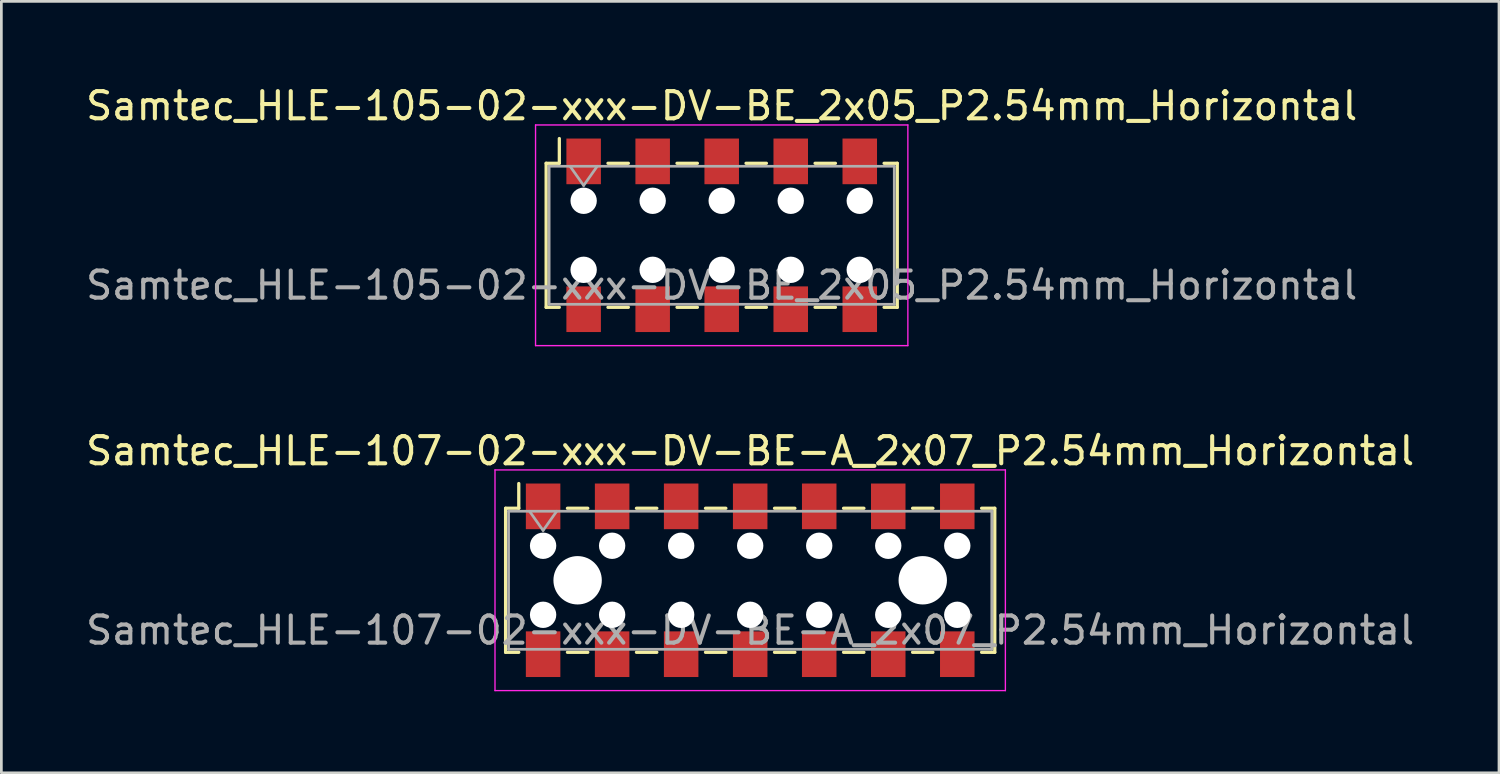
<source format=kicad_pcb>
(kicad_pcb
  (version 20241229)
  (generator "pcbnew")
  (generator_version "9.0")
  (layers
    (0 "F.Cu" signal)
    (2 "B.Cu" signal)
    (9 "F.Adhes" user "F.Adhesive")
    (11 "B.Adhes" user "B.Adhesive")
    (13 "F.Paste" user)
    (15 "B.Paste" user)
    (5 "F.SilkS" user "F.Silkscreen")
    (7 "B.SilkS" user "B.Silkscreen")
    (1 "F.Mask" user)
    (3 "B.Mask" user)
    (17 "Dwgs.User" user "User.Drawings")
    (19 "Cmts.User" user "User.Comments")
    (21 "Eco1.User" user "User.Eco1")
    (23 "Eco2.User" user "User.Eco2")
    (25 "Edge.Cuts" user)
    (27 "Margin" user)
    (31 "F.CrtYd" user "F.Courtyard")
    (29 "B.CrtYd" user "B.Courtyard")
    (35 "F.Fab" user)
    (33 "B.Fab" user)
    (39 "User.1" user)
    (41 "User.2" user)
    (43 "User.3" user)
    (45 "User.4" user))
  (footprint "Samtec_HLE-105-02-xxx-DV-BE_2x05_P2.54mm_Horizontal"
    (layer "F.Cu")
    (at 23.506 5.608)
    (property "Reference" "Samtec_HLE-105-02-xxx-DV-BE_2x05_P2.54mm_Horizontal" (at 0 -4.76 0) (layer "F.SilkS") (effects (font (size 1 1) (thickness 0.15))))
    (attr smd)
    (fp_line (start -6.46 -2.65) (end -6.46 2.65) (stroke (width 0.12) (type solid)) (layer "F.SilkS"))
    (fp_line (start -6.46 2.65) (end -5.975 2.65) (stroke (width 0.12) (type solid)) (layer "F.SilkS"))
    (fp_line (start -5.975 -3.56) (end -5.975 -2.65) (stroke (width 0.12) (type solid)) (layer "F.SilkS"))
    (fp_line (start -5.975 -2.65) (end -6.46 -2.65) (stroke (width 0.12) (type solid)) (layer "F.SilkS"))
    (fp_line (start -4.185 -2.65) (end -3.435 -2.65) (stroke (width 0.12) (type solid)) (layer "F.SilkS"))
    (fp_line (start -4.185 2.65) (end -3.435 2.65) (stroke (width 0.12) (type solid)) (layer "F.SilkS"))
    (fp_line (start -1.645 -2.65) (end -0.895 -2.65) (stroke (width 0.12) (type solid)) (layer "F.SilkS"))
    (fp_line (start -1.645 2.65) (end -0.895 2.65) (stroke (width 0.12) (type solid)) (layer "F.SilkS"))
    (fp_line (start 0.895 -2.65) (end 1.645 -2.65) (stroke (width 0.12) (type solid)) (layer "F.SilkS"))
    (fp_line (start 0.895 2.65) (end 1.645 2.65) (stroke (width 0.12) (type solid)) (layer "F.SilkS"))
    (fp_line (start 3.435 -2.65) (end 4.185 -2.65) (stroke (width 0.12) (type solid)) (layer "F.SilkS"))
    (fp_line (start 3.435 2.65) (end 4.185 2.65) (stroke (width 0.12) (type solid)) (layer "F.SilkS"))
    (fp_line (start 5.975 -2.65) (end 6.46 -2.65) (stroke (width 0.12) (type solid)) (layer "F.SilkS"))
    (fp_line (start 6.46 -2.65) (end 6.46 2.65) (stroke (width 0.12) (type solid)) (layer "F.SilkS"))
    (fp_line (start 6.46 2.65) (end 5.975 2.65) (stroke (width 0.12) (type solid)) (layer "F.SilkS"))
    (fp_line (start -6.85 -4.06) (end 6.85 -4.06) (stroke (width 0.05) (type solid)) (layer "F.CrtYd"))
    (fp_line (start -6.85 4.06) (end -6.85 -4.06) (stroke (width 0.05) (type solid)) (layer "F.CrtYd"))
    (fp_line (start 6.85 -4.06) (end 6.85 4.06) (stroke (width 0.05) (type solid)) (layer "F.CrtYd"))
    (fp_line (start 6.85 4.06) (end -6.85 4.06) (stroke (width 0.05) (type solid)) (layer "F.CrtYd"))
    (fp_line (start -6.35 -2.54) (end 6.35 -2.54) (stroke (width 0.1) (type solid)) (layer "F.Fab"))
    (fp_line (start -6.35 2.54) (end -6.35 -2.54) (stroke (width 0.1) (type solid)) (layer "F.Fab"))
    (fp_line (start -5.58 -2.54) (end -5.08 -1.833) (stroke (width 0.1) (type solid)) (layer "F.Fab"))
    (fp_line (start -5.08 -1.833) (end -4.58 -2.54) (stroke (width 0.1) (type solid)) (layer "F.Fab"))
    (fp_line (start 6.35 -2.54) (end 6.35 2.54) (stroke (width 0.1) (type solid)) (layer "F.Fab"))
    (fp_line (start 6.35 2.54) (end -6.35 2.54) (stroke (width 0.1) (type solid)) (layer "F.Fab"))
    (fp_text user "${REFERENCE}" (at 0 1.84 0) (layer "F.Fab") (effects (font (size 1 1) (thickness 0.15))))
    (pad "" np_thru_hole circle (at -5.08 -1.27) (size 0.97 0.97) (drill 0.97) (layers "*.Cu" "*.Mask"))
    (pad "" np_thru_hole circle (at -5.08 1.27) (size 0.97 0.97) (drill 0.97) (layers "*.Cu" "*.Mask"))
    (pad "" np_thru_hole circle (at -2.54 -1.27) (size 0.97 0.97) (drill 0.97) (layers "*.Cu" "*.Mask"))
    (pad "" np_thru_hole circle (at -2.54 1.27) (size 0.97 0.97) (drill 0.97) (layers "*.Cu" "*.Mask"))
    (pad "" np_thru_hole circle (at 0 -1.27) (size 0.97 0.97) (drill 0.97) (layers "*.Cu" "*.Mask"))
    (pad "" np_thru_hole circle (at 0 1.27) (size 0.97 0.97) (drill 0.97) (layers "*.Cu" "*.Mask"))
    (pad "" np_thru_hole circle (at 2.54 -1.27) (size 0.97 0.97) (drill 0.97) (layers "*.Cu" "*.Mask"))
    (pad "" np_thru_hole circle (at 2.54 1.27) (size 0.97 0.97) (drill 0.97) (layers "*.Cu" "*.Mask"))
    (pad "" np_thru_hole circle (at 5.08 -1.27) (size 0.97 0.97) (drill 0.97) (layers "*.Cu" "*.Mask"))
    (pad "" np_thru_hole circle (at 5.08 1.27) (size 0.97 0.97) (drill 0.97) (layers "*.Cu" "*.Mask"))
    (pad "1" smd rect (at -5.08 -2.72) (size 1.27 1.68) (layers "F.Cu" "F.Mask" "F.Paste"))
    (pad "2" smd rect (at -5.08 2.72) (size 1.27 1.68) (layers "F.Cu" "F.Mask" "F.Paste"))
    (pad "3" smd rect (at -2.54 -2.72) (size 1.27 1.68) (layers "F.Cu" "F.Mask" "F.Paste"))
    (pad "4" smd rect (at -2.54 2.72) (size 1.27 1.68) (layers "F.Cu" "F.Mask" "F.Paste"))
    (pad "5" smd rect (at 0 -2.72) (size 1.27 1.68) (layers "F.Cu" "F.Mask" "F.Paste"))
    (pad "6" smd rect (at 0 2.72) (size 1.27 1.68) (layers "F.Cu" "F.Mask" "F.Paste"))
    (pad "7" smd rect (at 2.54 -2.72) (size 1.27 1.68) (layers "F.Cu" "F.Mask" "F.Paste"))
    (pad "8" smd rect (at 2.54 2.72) (size 1.27 1.68) (layers "F.Cu" "F.Mask" "F.Paste"))
    (pad "9" smd rect (at 5.08 -2.72) (size 1.27 1.68) (layers "F.Cu" "F.Mask" "F.Paste"))
    (pad "10" smd rect (at 5.08 2.72) (size 1.27 1.68) (layers "F.Cu" "F.Mask" "F.Paste")))
  (footprint "Samtec_HLE-107-02-xxx-DV-BE-A_2x07_P2.54mm_Horizontal"
    (layer "F.Cu")
    (at 24.554 18.302)
    (property "Reference" "Samtec_HLE-107-02-xxx-DV-BE-A_2x07_P2.54mm_Horizontal" (at 0 -4.76 0) (layer "F.SilkS") (effects (font (size 1 1) (thickness 0.15))))
    (attr smd)
    (fp_line (start -9 -2.65) (end -9 2.65) (stroke (width 0.12) (type solid)) (layer "F.SilkS"))
    (fp_line (start -9 2.65) (end -8.515 2.65) (stroke (width 0.12) (type solid)) (layer "F.SilkS"))
    (fp_line (start -8.515 -3.56) (end -8.515 -2.65) (stroke (width 0.12) (type solid)) (layer "F.SilkS"))
    (fp_line (start -8.515 -2.65) (end -9 -2.65) (stroke (width 0.12) (type solid)) (layer "F.SilkS"))
    (fp_line (start -6.725 -2.65) (end -5.975 -2.65) (stroke (width 0.12) (type solid)) (layer "F.SilkS"))
    (fp_line (start -6.725 2.65) (end -5.975 2.65) (stroke (width 0.12) (type solid)) (layer "F.SilkS"))
    (fp_line (start -4.185 -2.65) (end -3.435 -2.65) (stroke (width 0.12) (type solid)) (layer "F.SilkS"))
    (fp_line (start -4.185 2.65) (end -3.435 2.65) (stroke (width 0.12) (type solid)) (layer "F.SilkS"))
    (fp_line (start -1.645 -2.65) (end -0.895 -2.65) (stroke (width 0.12) (type solid)) (layer "F.SilkS"))
    (fp_line (start -1.645 2.65) (end -0.895 2.65) (stroke (width 0.12) (type solid)) (layer "F.SilkS"))
    (fp_line (start 0.895 -2.65) (end 1.645 -2.65) (stroke (width 0.12) (type solid)) (layer "F.SilkS"))
    (fp_line (start 0.895 2.65) (end 1.645 2.65) (stroke (width 0.12) (type solid)) (layer "F.SilkS"))
    (fp_line (start 3.435 -2.65) (end 4.185 -2.65) (stroke (width 0.12) (type solid)) (layer "F.SilkS"))
    (fp_line (start 3.435 2.65) (end 4.185 2.65) (stroke (width 0.12) (type solid)) (layer "F.SilkS"))
    (fp_line (start 5.975 -2.65) (end 6.725 -2.65) (stroke (width 0.12) (type solid)) (layer "F.SilkS"))
    (fp_line (start 5.975 2.65) (end 6.725 2.65) (stroke (width 0.12) (type solid)) (layer "F.SilkS"))
    (fp_line (start 8.515 -2.65) (end 9 -2.65) (stroke (width 0.12) (type solid)) (layer "F.SilkS"))
    (fp_line (start 9 -2.65) (end 9 2.65) (stroke (width 0.12) (type solid)) (layer "F.SilkS"))
    (fp_line (start 9 2.65) (end 8.515 2.65) (stroke (width 0.12) (type solid)) (layer "F.SilkS"))
    (fp_line (start -9.39 -4.06) (end 9.39 -4.06) (stroke (width 0.05) (type solid)) (layer "F.CrtYd"))
    (fp_line (start -9.39 4.06) (end -9.39 -4.06) (stroke (width 0.05) (type solid)) (layer "F.CrtYd"))
    (fp_line (start 9.39 -4.06) (end 9.39 4.06) (stroke (width 0.05) (type solid)) (layer "F.CrtYd"))
    (fp_line (start 9.39 4.06) (end -9.39 4.06) (stroke (width 0.05) (type solid)) (layer "F.CrtYd"))
    (fp_line (start -8.89 -2.54) (end 8.89 -2.54) (stroke (width 0.1) (type solid)) (layer "F.Fab"))
    (fp_line (start -8.89 2.54) (end -8.89 -2.54) (stroke (width 0.1) (type solid)) (layer "F.Fab"))
    (fp_line (start -8.12 -2.54) (end -7.62 -1.833) (stroke (width 0.1) (type solid)) (layer "F.Fab"))
    (fp_line (start -7.62 -1.833) (end -7.12 -2.54) (stroke (width 0.1) (type solid)) (layer "F.Fab"))
    (fp_line (start 8.89 -2.54) (end 8.89 2.54) (stroke (width 0.1) (type solid)) (layer "F.Fab"))
    (fp_line (start 8.89 2.54) (end -8.89 2.54) (stroke (width 0.1) (type solid)) (layer "F.Fab"))
    (fp_text user "${REFERENCE}" (at 0 1.84 0) (layer "F.Fab") (effects (font (size 1 1) (thickness 0.15))))
    (pad "" np_thru_hole circle (at -7.62 -1.27) (size 0.97 0.97) (drill 0.97) (layers "*.Cu" "*.Mask"))
    (pad "" np_thru_hole circle (at -7.62 1.27) (size 0.97 0.97) (drill 0.97) (layers "*.Cu" "*.Mask"))
    (pad "" np_thru_hole circle (at -6.35 0) (size 1.78 1.78) (drill 1.78) (layers "*.Cu" "*.Mask"))
    (pad "" np_thru_hole circle (at -5.08 -1.27) (size 0.97 0.97) (drill 0.97) (layers "*.Cu" "*.Mask"))
    (pad "" np_thru_hole circle (at -5.08 1.27) (size 0.97 0.97) (drill 0.97) (layers "*.Cu" "*.Mask"))
    (pad "" np_thru_hole circle (at -2.54 -1.27) (size 0.97 0.97) (drill 0.97) (layers "*.Cu" "*.Mask"))
    (pad "" np_thru_hole circle (at -2.54 1.27) (size 0.97 0.97) (drill 0.97) (layers "*.Cu" "*.Mask"))
    (pad "" np_thru_hole circle (at 0 -1.27) (size 0.97 0.97) (drill 0.97) (layers "*.Cu" "*.Mask"))
    (pad "" np_thru_hole circle (at 0 1.27) (size 0.97 0.97) (drill 0.97) (layers "*.Cu" "*.Mask"))
    (pad "" np_thru_hole circle (at 2.54 -1.27) (size 0.97 0.97) (drill 0.97) (layers "*.Cu" "*.Mask"))
    (pad "" np_thru_hole circle (at 2.54 1.27) (size 0.97 0.97) (drill 0.97) (layers "*.Cu" "*.Mask"))
    (pad "" np_thru_hole circle (at 5.08 -1.27) (size 0.97 0.97) (drill 0.97) (layers "*.Cu" "*.Mask"))
    (pad "" np_thru_hole circle (at 5.08 1.27) (size 0.97 0.97) (drill 0.97) (layers "*.Cu" "*.Mask"))
    (pad "" np_thru_hole circle (at 6.35 0) (size 1.78 1.78) (drill 1.78) (layers "*.Cu" "*.Mask"))
    (pad "" np_thru_hole circle (at 7.62 -1.27) (size 0.97 0.97) (drill 0.97) (layers "*.Cu" "*.Mask"))
    (pad "" np_thru_hole circle (at 7.62 1.27) (size 0.97 0.97) (drill 0.97) (layers "*.Cu" "*.Mask"))
    (pad "1" smd rect (at -7.62 -2.72) (size 1.27 1.68) (layers "F.Cu" "F.Mask" "F.Paste"))
    (pad "2" smd rect (at -7.62 2.72) (size 1.27 1.68) (layers "F.Cu" "F.Mask" "F.Paste"))
    (pad "3" smd rect (at -5.08 -2.72) (size 1.27 1.68) (layers "F.Cu" "F.Mask" "F.Paste"))
    (pad "4" smd rect (at -5.08 2.72) (size 1.27 1.68) (layers "F.Cu" "F.Mask" "F.Paste"))
    (pad "5" smd rect (at -2.54 -2.72) (size 1.27 1.68) (layers "F.Cu" "F.Mask" "F.Paste"))
    (pad "6" smd rect (at -2.54 2.72) (size 1.27 1.68) (layers "F.Cu" "F.Mask" "F.Paste"))
    (pad "7" smd rect (at 0 -2.72) (size 1.27 1.68) (layers "F.Cu" "F.Mask" "F.Paste"))
    (pad "8" smd rect (at 0 2.72) (size 1.27 1.68) (layers "F.Cu" "F.Mask" "F.Paste"))
    (pad "9" smd rect (at 2.54 -2.72) (size 1.27 1.68) (layers "F.Cu" "F.Mask" "F.Paste"))
    (pad "10" smd rect (at 2.54 2.72) (size 1.27 1.68) (layers "F.Cu" "F.Mask" "F.Paste"))
    (pad "11" smd rect (at 5.08 -2.72) (size 1.27 1.68) (layers "F.Cu" "F.Mask" "F.Paste"))
    (pad "12" smd rect (at 5.08 2.72) (size 1.27 1.68) (layers "F.Cu" "F.Mask" "F.Paste"))
    (pad "13" smd rect (at 7.62 -2.72) (size 1.27 1.68) (layers "F.Cu" "F.Mask" "F.Paste"))
    (pad "14" smd rect (at 7.62 2.72) (size 1.27 1.68) (layers "F.Cu" "F.Mask" "F.Paste")))
  (gr_rect
    (start -3 -3)
    (end 52.107 25.387)
    (stroke (width 0.1) (type default))
    (fill no)
    (layer "Edge.Cuts")))
</source>
